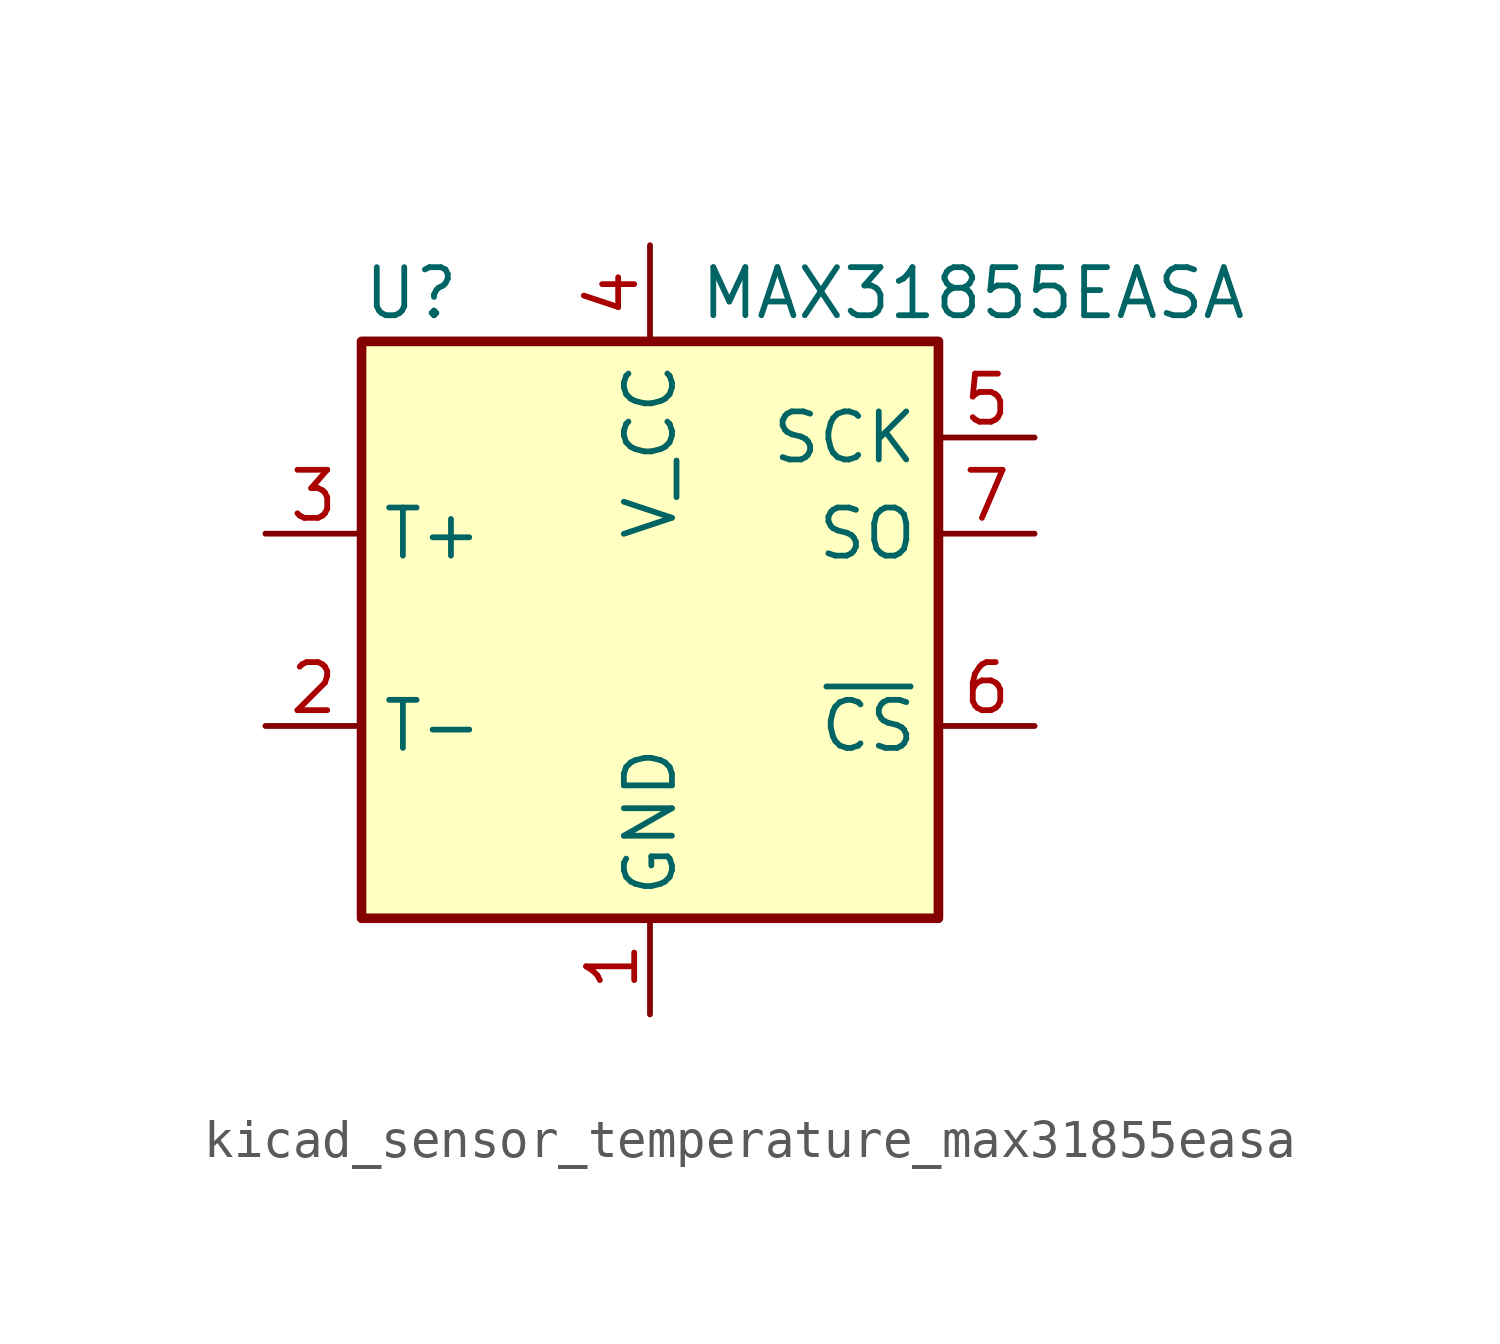
<source format=kicad_sym>
(kicad_symbol_lib
  (version 20220914)
  (generator kicad_symbol_editor)
  (symbol "kicad_sensor_temperature_max31855easa"
    (property "Reference" "U"
      (at -7.62 8.89 0)
      (effects (font (size 1.27 1.27)) (justify left)))
    (property "Value" "MAX31855EASA"
      (at 1.27 8.89 0)
      (effects (font (size 1.27 1.27)) (justify left)))
    (symbol "kicad_sensor_temperature_max31855easa_0_1"
      (rectangle (start -7.62 7.62) (end 7.62 -7.62) (stroke (width 0.254) (type default)) (fill (type background))))
    (symbol "kicad_sensor_temperature_max31855easa_1_1"
      (pin power_in line (at 0 -10.16 90) (length 2.54) (name "GND" (effects (font (size 1.27 1.27)))) (number "1" (effects (font (size 1.27 1.27)))))
      (pin passive line (at -10.16 -2.54 0) (length 2.54) (name "T-" (effects (font (size 1.27 1.27)))) (number "2" (effects (font (size 1.27 1.27)))))
      (pin passive line (at -10.16 2.54 0) (length 2.54) (name "T+" (effects (font (size 1.27 1.27)))) (number "3" (effects (font (size 1.27 1.27)))))
      (pin power_in line (at 0 10.16 270) (length 2.54) (name "V_CC" (effects (font (size 1.27 1.27)))) (number "4" (effects (font (size 1.27 1.27)))))
      (pin input line (at 10.16 5.08 180) (length 2.54) (name "SCK" (effects (font (size 1.27 1.27)))) (number "5" (effects (font (size 1.27 1.27)))))
      (pin input line (at 10.16 -2.54 180) (length 2.54) (name "~{CS}" (effects (font (size 1.27 1.27)))) (number "6" (effects (font (size 1.27 1.27)))))
      (pin tri_state line (at 10.16 2.54 180) (length 2.54) (name "SO" (effects (font (size 1.27 1.27)))) (number "7" (effects (font (size 1.27 1.27))))))))
</source>
